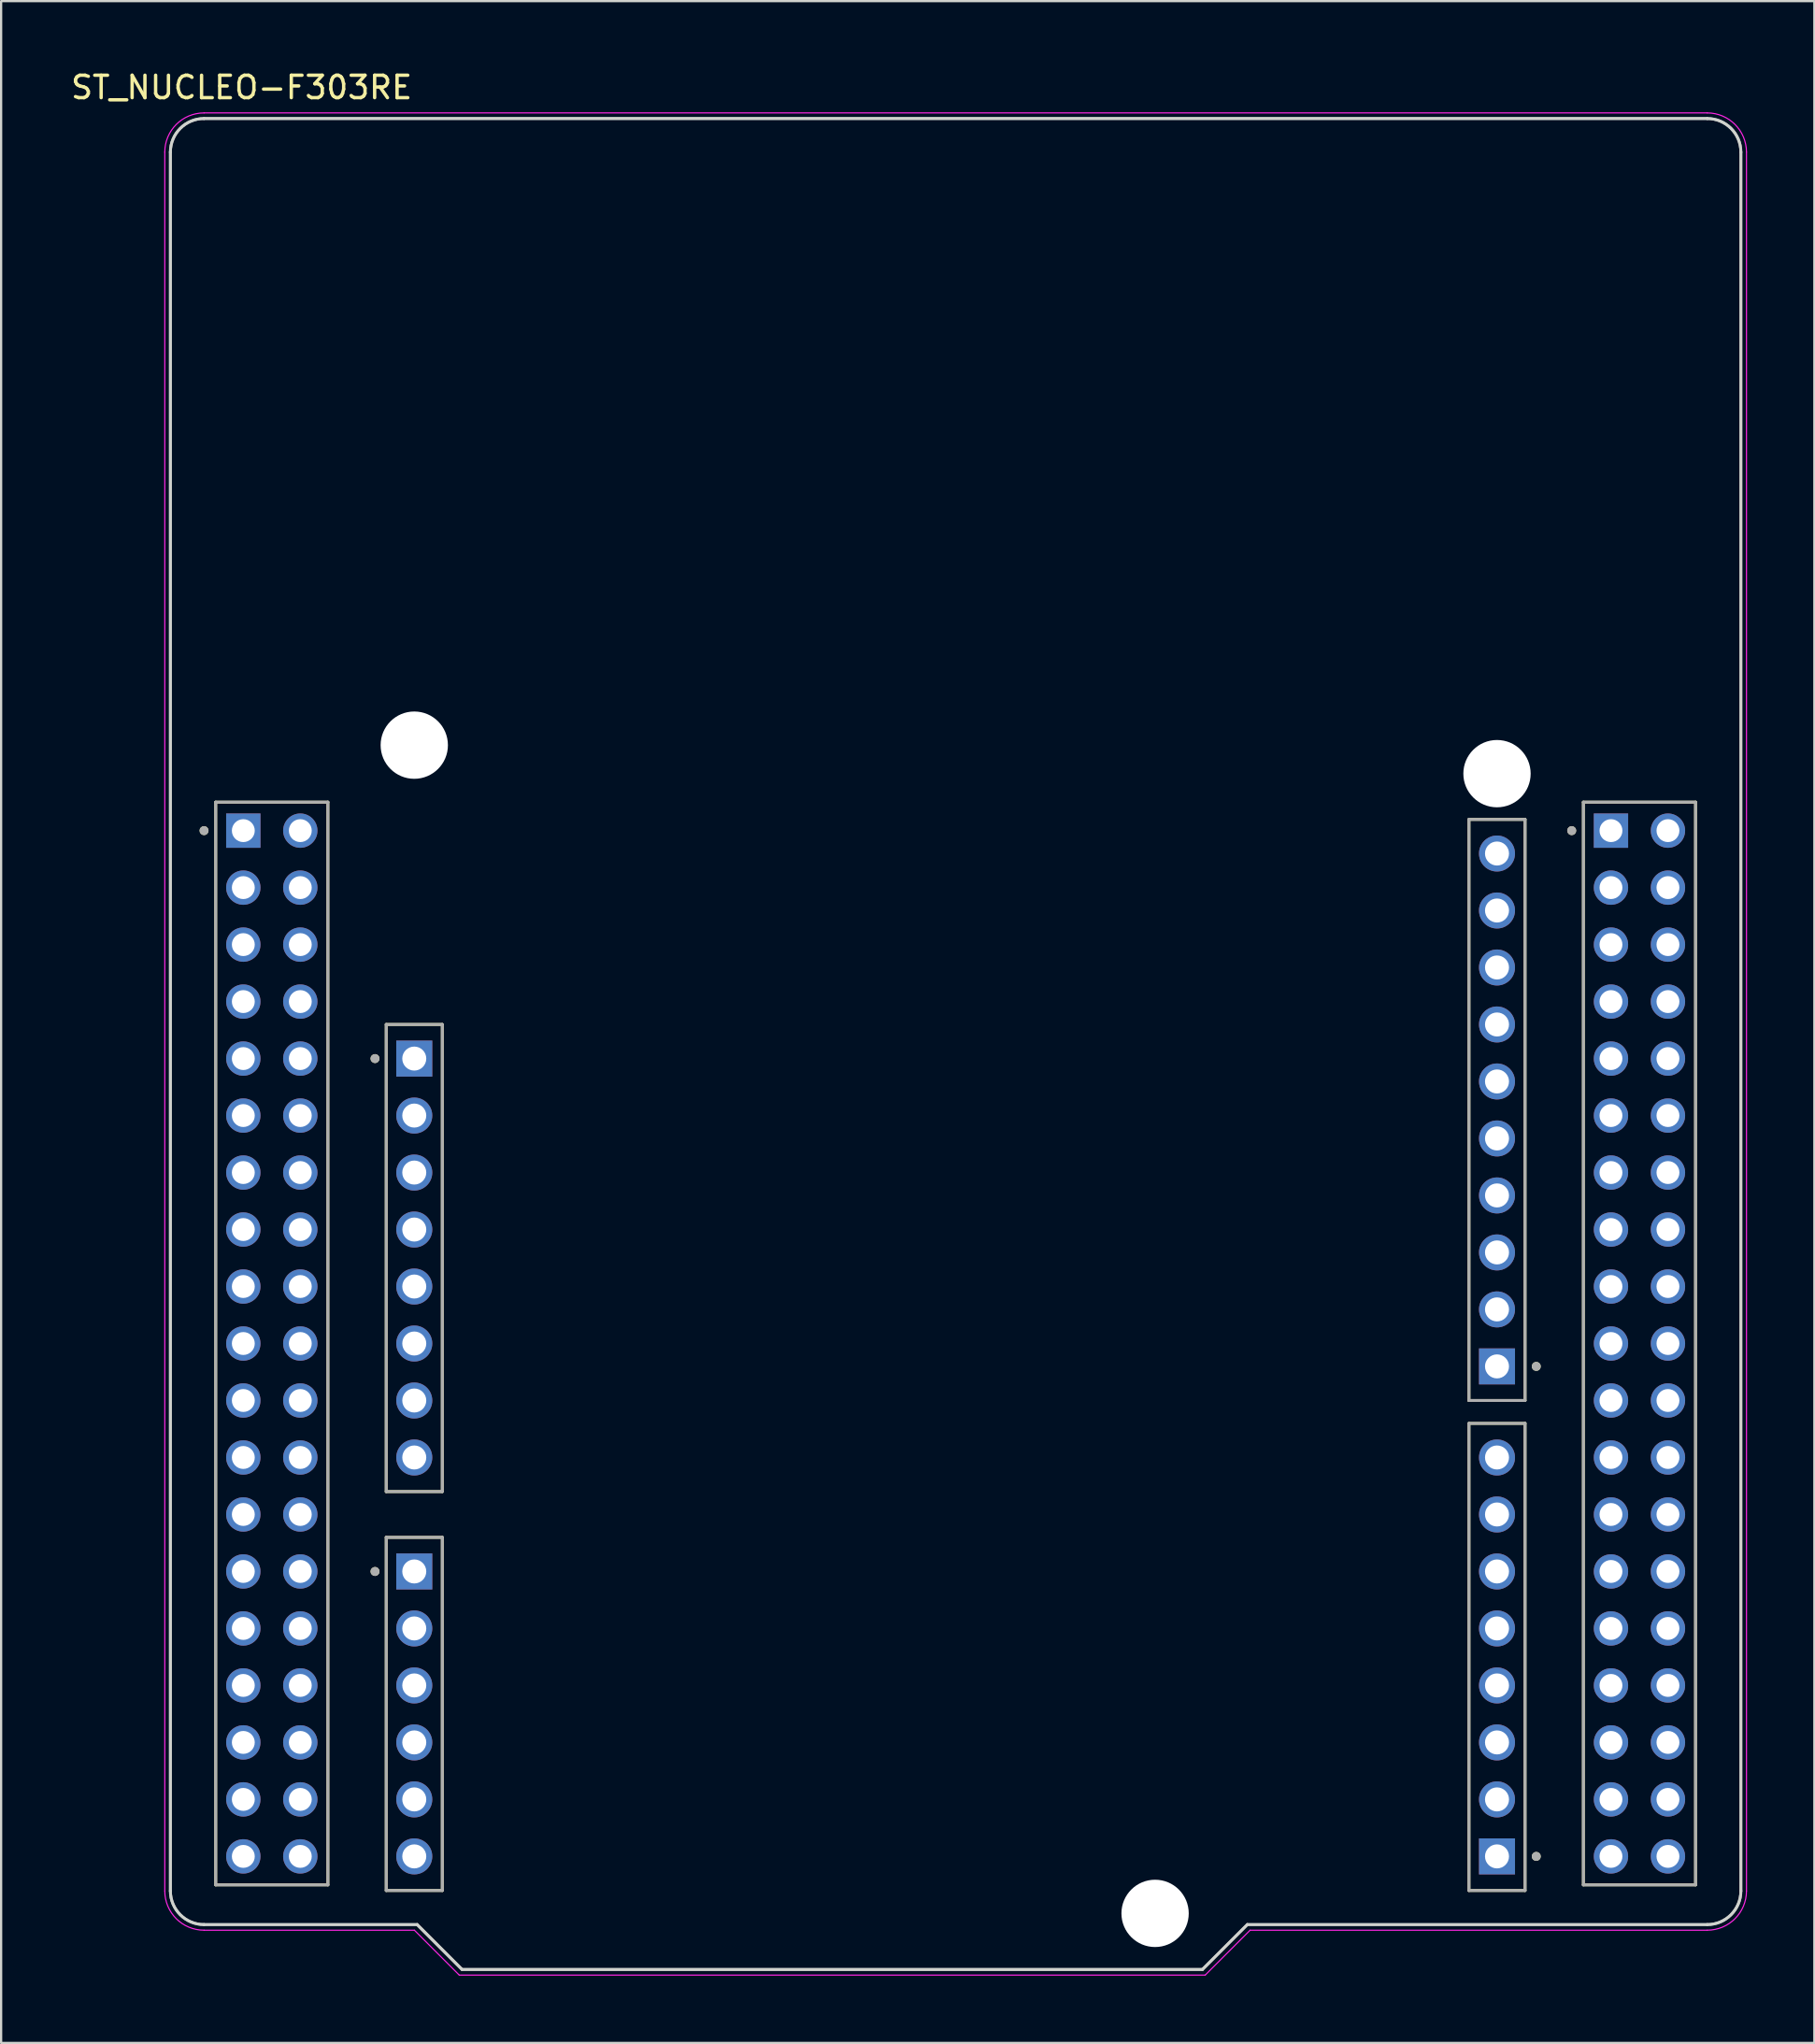
<source format=kicad_pcb>
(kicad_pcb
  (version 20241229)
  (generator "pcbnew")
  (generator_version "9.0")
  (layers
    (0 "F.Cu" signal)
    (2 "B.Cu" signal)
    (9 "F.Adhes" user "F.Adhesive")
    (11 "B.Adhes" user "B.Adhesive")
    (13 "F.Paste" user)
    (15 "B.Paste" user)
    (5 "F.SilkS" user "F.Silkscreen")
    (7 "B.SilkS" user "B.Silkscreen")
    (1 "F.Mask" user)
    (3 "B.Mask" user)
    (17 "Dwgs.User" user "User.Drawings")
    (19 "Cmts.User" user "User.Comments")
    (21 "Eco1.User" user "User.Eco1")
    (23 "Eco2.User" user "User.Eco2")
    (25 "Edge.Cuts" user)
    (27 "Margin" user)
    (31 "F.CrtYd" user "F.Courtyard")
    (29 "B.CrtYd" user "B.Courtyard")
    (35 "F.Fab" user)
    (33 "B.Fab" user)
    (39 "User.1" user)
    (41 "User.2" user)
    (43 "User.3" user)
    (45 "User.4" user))
  (footprint "ST_NUCLEO-F303RE"
    (layer "F.Cu")
    (at 39.545 43.483)
    (property "Reference" "ST_NUCLEO-F303RE" (at -31.825 -42.635 0) (layer "F.SilkS") (effects (font (size 1 1) (thickness 0.15))))
    (attr through_hole)
    (fp_line (start -32.98 -10.78) (end -32.98 37.48) (stroke (width 0.127) (type solid)) (layer "F.SilkS"))
    (fp_line (start -32.98 37.48) (end -27.98 37.48) (stroke (width 0.127) (type solid)) (layer "F.SilkS"))
    (fp_line (start -27.98 -10.78) (end -32.98 -10.78) (stroke (width 0.127) (type solid)) (layer "F.SilkS"))
    (fp_line (start -27.98 37.48) (end -27.98 -10.78) (stroke (width 0.127) (type solid)) (layer "F.SilkS"))
    (fp_line (start -25.38 -0.87) (end -25.38 19.95) (stroke (width 0.127) (type solid)) (layer "F.SilkS"))
    (fp_line (start -25.38 19.95) (end -22.88 19.95) (stroke (width 0.127) (type solid)) (layer "F.SilkS"))
    (fp_line (start -25.38 21.99) (end -25.38 37.73) (stroke (width 0.127) (type solid)) (layer "F.SilkS"))
    (fp_line (start -25.38 37.73) (end -22.88 37.73) (stroke (width 0.127) (type solid)) (layer "F.SilkS"))
    (fp_line (start -22.88 -0.87) (end -25.38 -0.87) (stroke (width 0.127) (type solid)) (layer "F.SilkS"))
    (fp_line (start -22.88 19.95) (end -22.88 -0.87) (stroke (width 0.127) (type solid)) (layer "F.SilkS"))
    (fp_line (start -22.88 21.99) (end -25.38 21.99) (stroke (width 0.127) (type solid)) (layer "F.SilkS"))
    (fp_line (start -22.88 37.73) (end -22.88 21.99) (stroke (width 0.127) (type solid)) (layer "F.SilkS"))
    (fp_line (start 22.88 -10.01) (end 22.88 15.89) (stroke (width 0.127) (type solid)) (layer "F.SilkS"))
    (fp_line (start 22.88 15.89) (end 25.38 15.89) (stroke (width 0.127) (type solid)) (layer "F.SilkS"))
    (fp_line (start 22.88 16.91) (end 22.88 37.73) (stroke (width 0.127) (type solid)) (layer "F.SilkS"))
    (fp_line (start 22.88 37.73) (end 25.38 37.73) (stroke (width 0.127) (type solid)) (layer "F.SilkS"))
    (fp_line (start 25.38 -10.01) (end 22.88 -10.01) (stroke (width 0.127) (type solid)) (layer "F.SilkS"))
    (fp_line (start 25.38 15.89) (end 25.38 -10.01) (stroke (width 0.127) (type solid)) (layer "F.SilkS"))
    (fp_line (start 25.38 16.91) (end 22.88 16.91) (stroke (width 0.127) (type solid)) (layer "F.SilkS"))
    (fp_line (start 25.38 37.73) (end 25.38 16.91) (stroke (width 0.127) (type solid)) (layer "F.SilkS"))
    (fp_line (start 27.98 -10.78) (end 27.98 37.48) (stroke (width 0.127) (type solid)) (layer "F.SilkS"))
    (fp_line (start 27.98 37.48) (end 32.98 37.48) (stroke (width 0.127) (type solid)) (layer "F.SilkS"))
    (fp_line (start 32.98 -10.78) (end 27.98 -10.78) (stroke (width 0.127) (type solid)) (layer "F.SilkS"))
    (fp_line (start 32.98 37.48) (end 32.98 -10.78) (stroke (width 0.127) (type solid)) (layer "F.SilkS"))
    (fp_circle (center -33.5 -9.51) (end -33.4 -9.51) (stroke (width 0.2) (type solid)) (fill no) (layer "F.SilkS"))
    (fp_circle (center -25.88 0.65) (end -25.78 0.65) (stroke (width 0.2) (type solid)) (fill no) (layer "F.SilkS"))
    (fp_circle (center -25.88 23.51) (end -25.78 23.51) (stroke (width 0.2) (type solid)) (fill no) (layer "F.SilkS"))
    (fp_circle (center 25.88 14.37) (end 25.98 14.37) (stroke (width 0.2) (type solid)) (fill no) (layer "F.SilkS"))
    (fp_circle (center 25.88 36.21) (end 25.98 36.21) (stroke (width 0.2) (type solid)) (fill no) (layer "F.SilkS"))
    (fp_circle (center 27.46 -9.51) (end 27.56 -9.51) (stroke (width 0.2) (type solid)) (fill no) (layer "F.SilkS"))
    (fp_line (start -35 37.75) (end -35 -39.75) (stroke (width 0.127) (type solid)) (layer "Edge.Cuts"))
    (fp_line (start -33.5 -41.25) (end 33.5 -41.25) (stroke (width 0.127) (type solid)) (layer "Edge.Cuts"))
    (fp_line (start -24 39.25) (end -33.5 39.25) (stroke (width 0.127) (type solid)) (layer "Edge.Cuts"))
    (fp_line (start -22 41.25) (end -24 39.25) (stroke (width 0.127) (type solid)) (layer "Edge.Cuts"))
    (fp_line (start 11 41.25) (end -22 41.25) (stroke (width 0.127) (type solid)) (layer "Edge.Cuts"))
    (fp_line (start 13 39.25) (end 11 41.25) (stroke (width 0.127) (type solid)) (layer "Edge.Cuts"))
    (fp_line (start 33.5 39.25) (end 13 39.25) (stroke (width 0.127) (type solid)) (layer "Edge.Cuts"))
    (fp_line (start 35 -39.75) (end 35 37.75) (stroke (width 0.127) (type solid)) (layer "Edge.Cuts"))
    (fp_arc (start -35 -39.75) (mid -34.56066 -40.810659) (end -33.5 -41.25) (stroke (width 0.127) (type solid)) (layer "Edge.Cuts"))
    (fp_arc (start -33.5 39.25) (mid -34.560659 38.81066) (end -35 37.75) (stroke (width 0.127) (type solid)) (layer "Edge.Cuts"))
    (fp_arc (start 33.5 -41.25) (mid 34.560659 -40.81066) (end 35 -39.75) (stroke (width 0.127) (type solid)) (layer "Edge.Cuts"))
    (fp_arc (start 35 37.75) (mid 34.56066 38.810659) (end 33.5 39.25) (stroke (width 0.127) (type solid)) (layer "Edge.Cuts"))
    (fp_line (start -35.25 37.75) (end -35.25 -39.75) (stroke (width 0.05) (type solid)) (layer "F.CrtYd"))
    (fp_line (start -33.5 -41.5) (end 33.5 -41.5) (stroke (width 0.05) (type solid)) (layer "F.CrtYd"))
    (fp_line (start -24.125 39.5) (end -33.5 39.5) (stroke (width 0.05) (type solid)) (layer "F.CrtYd"))
    (fp_line (start -22.125 41.5) (end -24.125 39.5) (stroke (width 0.05) (type solid)) (layer "F.CrtYd"))
    (fp_line (start 11.125 41.5) (end -22.125 41.5) (stroke (width 0.05) (type solid)) (layer "F.CrtYd"))
    (fp_line (start 13.125 39.5) (end 11.125 41.5) (stroke (width 0.05) (type solid)) (layer "F.CrtYd"))
    (fp_line (start 33.5 39.5) (end 13.125 39.5) (stroke (width 0.05) (type solid)) (layer "F.CrtYd"))
    (fp_line (start 35.25 -39.75) (end 35.25 37.75) (stroke (width 0.05) (type solid)) (layer "F.CrtYd"))
    (fp_arc (start -35.25 -39.75) (mid -34.737437 -40.987437) (end -33.5 -41.5) (stroke (width 0.05) (type solid)) (layer "F.CrtYd"))
    (fp_arc (start -33.5 39.5) (mid -34.737437 38.987437) (end -35.25 37.75) (stroke (width 0.05) (type solid)) (layer "F.CrtYd"))
    (fp_arc (start 33.5 -41.5) (mid 34.737437 -40.987437) (end 35.25 -39.75) (stroke (width 0.05) (type solid)) (layer "F.CrtYd"))
    (fp_arc (start 35.25 37.75) (mid 34.737437 38.987437) (end 33.5 39.5) (stroke (width 0.05) (type solid)) (layer "F.CrtYd"))
    (fp_line (start -35 37.75) (end -35 -39.75) (stroke (width 0.127) (type solid)) (layer "F.Fab"))
    (fp_line (start -33.5 -41.25) (end 33.5 -41.25) (stroke (width 0.127) (type solid)) (layer "F.Fab"))
    (fp_line (start -32.98 -10.78) (end -32.98 37.48) (stroke (width 0.127) (type solid)) (layer "F.Fab"))
    (fp_line (start -32.98 37.48) (end -27.98 37.48) (stroke (width 0.127) (type solid)) (layer "F.Fab"))
    (fp_line (start -27.98 -10.78) (end -32.98 -10.78) (stroke (width 0.127) (type solid)) (layer "F.Fab"))
    (fp_line (start -27.98 37.48) (end -27.98 -10.78) (stroke (width 0.127) (type solid)) (layer "F.Fab"))
    (fp_line (start -25.38 -0.87) (end -25.38 19.95) (stroke (width 0.127) (type solid)) (layer "F.Fab"))
    (fp_line (start -25.38 19.95) (end -22.88 19.95) (stroke (width 0.127) (type solid)) (layer "F.Fab"))
    (fp_line (start -25.38 21.99) (end -25.38 37.73) (stroke (width 0.127) (type solid)) (layer "F.Fab"))
    (fp_line (start -25.38 37.73) (end -22.88 37.73) (stroke (width 0.127) (type solid)) (layer "F.Fab"))
    (fp_line (start -24 39.25) (end -33.5 39.25) (stroke (width 0.127) (type solid)) (layer "F.Fab"))
    (fp_line (start -22.88 -0.87) (end -25.38 -0.87) (stroke (width 0.127) (type solid)) (layer "F.Fab"))
    (fp_line (start -22.88 19.95) (end -22.88 -0.87) (stroke (width 0.127) (type solid)) (layer "F.Fab"))
    (fp_line (start -22.88 21.99) (end -25.38 21.99) (stroke (width 0.127) (type solid)) (layer "F.Fab"))
    (fp_line (start -22.88 37.73) (end -22.88 21.99) (stroke (width 0.127) (type solid)) (layer "F.Fab"))
    (fp_line (start -22 41.25) (end -24 39.25) (stroke (width 0.127) (type solid)) (layer "F.Fab"))
    (fp_line (start 11 41.25) (end -22 41.25) (stroke (width 0.127) (type solid)) (layer "F.Fab"))
    (fp_line (start 13 39.25) (end 11 41.25) (stroke (width 0.127) (type solid)) (layer "F.Fab"))
    (fp_line (start 22.88 -10.01) (end 22.88 15.89) (stroke (width 0.127) (type solid)) (layer "F.Fab"))
    (fp_line (start 22.88 15.89) (end 25.38 15.89) (stroke (width 0.127) (type solid)) (layer "F.Fab"))
    (fp_line (start 22.88 16.91) (end 22.88 37.73) (stroke (width 0.127) (type solid)) (layer "F.Fab"))
    (fp_line (start 22.88 37.73) (end 25.38 37.73) (stroke (width 0.127) (type solid)) (layer "F.Fab"))
    (fp_line (start 25.38 -10.01) (end 22.88 -10.01) (stroke (width 0.127) (type solid)) (layer "F.Fab"))
    (fp_line (start 25.38 15.89) (end 25.38 -10.01) (stroke (width 0.127) (type solid)) (layer "F.Fab"))
    (fp_line (start 25.38 16.91) (end 22.88 16.91) (stroke (width 0.127) (type solid)) (layer "F.Fab"))
    (fp_line (start 25.38 37.73) (end 25.38 16.91) (stroke (width 0.127) (type solid)) (layer "F.Fab"))
    (fp_line (start 27.98 -10.78) (end 27.98 37.48) (stroke (width 0.127) (type solid)) (layer "F.Fab"))
    (fp_line (start 27.98 37.48) (end 32.98 37.48) (stroke (width 0.127) (type solid)) (layer "F.Fab"))
    (fp_line (start 32.98 -10.78) (end 27.98 -10.78) (stroke (width 0.127) (type solid)) (layer "F.Fab"))
    (fp_line (start 32.98 37.48) (end 32.98 -10.78) (stroke (width 0.127) (type solid)) (layer "F.Fab"))
    (fp_line (start 33.5 39.25) (end 13 39.25) (stroke (width 0.127) (type solid)) (layer "F.Fab"))
    (fp_line (start 35 -39.75) (end 35 37.75) (stroke (width 0.127) (type solid)) (layer "F.Fab"))
    (fp_arc (start -35 -39.75) (mid -34.56066 -40.81066) (end -33.5 -41.25) (stroke (width 0.127) (type solid)) (layer "F.Fab"))
    (fp_arc (start -33.5 39.25) (mid -34.56066 38.81066) (end -35 37.75) (stroke (width 0.127) (type solid)) (layer "F.Fab"))
    (fp_arc (start 33.5 -41.25) (mid 34.56066 -40.81066) (end 35 -39.75) (stroke (width 0.127) (type solid)) (layer "F.Fab"))
    (fp_arc (start 35 37.75) (mid 34.56066 38.81066) (end 33.5 39.25) (stroke (width 0.127) (type solid)) (layer "F.Fab"))
    (fp_circle (center -33.5 -9.51) (end -33.4 -9.51) (stroke (width 0.2) (type solid)) (fill no) (layer "F.Fab"))
    (fp_circle (center -25.88 0.65) (end -25.78 0.65) (stroke (width 0.2) (type solid)) (fill no) (layer "F.Fab"))
    (fp_circle (center -25.88 23.51) (end -25.78 23.51) (stroke (width 0.2) (type solid)) (fill no) (layer "F.Fab"))
    (fp_circle (center 25.88 14.37) (end 25.98 14.37) (stroke (width 0.2) (type solid)) (fill no) (layer "F.Fab"))
    (fp_circle (center 25.88 36.21) (end 25.98 36.21) (stroke (width 0.2) (type solid)) (fill no) (layer "F.Fab"))
    (fp_circle (center 27.46 -9.51) (end 27.56 -9.51) (stroke (width 0.2) (type solid)) (fill no) (layer "F.Fab"))
    (pad "" np_thru_hole circle (at -24.13 -13.32) (size 3 3) (drill 3) (layers "*.Cu" "*.Mask"))
    (pad "" np_thru_hole circle (at 8.89 38.75) (size 3 3) (drill 3) (layers "*.Cu" "*.Mask"))
    (pad "" np_thru_hole circle (at 24.13 -12.05) (size 3 3) (drill 3) (layers "*.Cu" "*.Mask"))
    (pad "CN5_1" thru_hole rect (at 24.13 14.37) (size 1.605 1.605) (drill 1.07) (layers "*.Cu" "*.Mask"))
    (pad "CN5_2" thru_hole circle (at 24.13 11.83) (size 1.605 1.605) (drill 1.07) (layers "*.Cu" "*.Mask"))
    (pad "CN5_3" thru_hole circle (at 24.13 9.29) (size 1.605 1.605) (drill 1.07) (layers "*.Cu" "*.Mask"))
    (pad "CN5_4" thru_hole circle (at 24.13 6.75) (size 1.605 1.605) (drill 1.07) (layers "*.Cu" "*.Mask"))
    (pad "CN5_5" thru_hole circle (at 24.13 4.21) (size 1.605 1.605) (drill 1.07) (layers "*.Cu" "*.Mask"))
    (pad "CN5_6" thru_hole circle (at 24.13 1.67) (size 1.605 1.605) (drill 1.07) (layers "*.Cu" "*.Mask"))
    (pad "CN5_7" thru_hole circle (at 24.13 -0.87) (size 1.605 1.605) (drill 1.07) (layers "*.Cu" "*.Mask"))
    (pad "CN5_8" thru_hole circle (at 24.13 -3.41) (size 1.605 1.605) (drill 1.07) (layers "*.Cu" "*.Mask"))
    (pad "CN5_9" thru_hole circle (at 24.13 -5.95) (size 1.605 1.605) (drill 1.07) (layers "*.Cu" "*.Mask"))
    (pad "CN5_10" thru_hole circle (at 24.13 -8.49) (size 1.605 1.605) (drill 1.07) (layers "*.Cu" "*.Mask"))
    (pad "CN6_1" thru_hole rect (at -24.13 0.65) (size 1.605 1.605) (drill 1.07) (layers "*.Cu" "*.Mask"))
    (pad "CN6_2" thru_hole circle (at -24.13 3.19) (size 1.605 1.605) (drill 1.07) (layers "*.Cu" "*.Mask"))
    (pad "CN6_3" thru_hole circle (at -24.13 5.73) (size 1.605 1.605) (drill 1.07) (layers "*.Cu" "*.Mask"))
    (pad "CN6_4" thru_hole circle (at -24.13 8.27) (size 1.605 1.605) (drill 1.07) (layers "*.Cu" "*.Mask"))
    (pad "CN6_5" thru_hole circle (at -24.13 10.81) (size 1.605 1.605) (drill 1.07) (layers "*.Cu" "*.Mask"))
    (pad "CN6_6" thru_hole circle (at -24.13 13.35) (size 1.605 1.605) (drill 1.07) (layers "*.Cu" "*.Mask"))
    (pad "CN6_7" thru_hole circle (at -24.13 15.89) (size 1.605 1.605) (drill 1.07) (layers "*.Cu" "*.Mask"))
    (pad "CN6_8" thru_hole circle (at -24.13 18.43) (size 1.605 1.605) (drill 1.07) (layers "*.Cu" "*.Mask"))
    (pad "CN7_1" thru_hole rect (at -31.75 -9.51) (size 1.53 1.53) (drill 1.02) (layers "*.Cu" "*.Mask"))
    (pad "CN7_2" thru_hole circle (at -29.21 -9.51) (size 1.53 1.53) (drill 1.02) (layers "*.Cu" "*.Mask"))
    (pad "CN7_3" thru_hole circle (at -31.75 -6.97) (size 1.53 1.53) (drill 1.02) (layers "*.Cu" "*.Mask"))
    (pad "CN7_4" thru_hole circle (at -29.21 -6.97) (size 1.53 1.53) (drill 1.02) (layers "*.Cu" "*.Mask"))
    (pad "CN7_5" thru_hole circle (at -31.75 -4.43) (size 1.53 1.53) (drill 1.02) (layers "*.Cu" "*.Mask"))
    (pad "CN7_6" thru_hole circle (at -29.21 -4.43) (size 1.53 1.53) (drill 1.02) (layers "*.Cu" "*.Mask"))
    (pad "CN7_7" thru_hole circle (at -31.75 -1.89) (size 1.53 1.53) (drill 1.02) (layers "*.Cu" "*.Mask"))
    (pad "CN7_8" thru_hole circle (at -29.21 -1.89) (size 1.53 1.53) (drill 1.02) (layers "*.Cu" "*.Mask"))
    (pad "CN7_9" thru_hole circle (at -31.75 0.65) (size 1.53 1.53) (drill 1.02) (layers "*.Cu" "*.Mask"))
    (pad "CN7_10" thru_hole circle (at -29.21 0.65) (size 1.53 1.53) (drill 1.02) (layers "*.Cu" "*.Mask"))
    (pad "CN7_11" thru_hole circle (at -31.75 3.19) (size 1.53 1.53) (drill 1.02) (layers "*.Cu" "*.Mask"))
    (pad "CN7_12" thru_hole circle (at -29.21 3.19) (size 1.53 1.53) (drill 1.02) (layers "*.Cu" "*.Mask"))
    (pad "CN7_13" thru_hole circle (at -31.75 5.73) (size 1.53 1.53) (drill 1.02) (layers "*.Cu" "*.Mask"))
    (pad "CN7_14" thru_hole circle (at -29.21 5.73) (size 1.53 1.53) (drill 1.02) (layers "*.Cu" "*.Mask"))
    (pad "CN7_15" thru_hole circle (at -31.75 8.27) (size 1.53 1.53) (drill 1.02) (layers "*.Cu" "*.Mask"))
    (pad "CN7_16" thru_hole circle (at -29.21 8.27) (size 1.53 1.53) (drill 1.02) (layers "*.Cu" "*.Mask"))
    (pad "CN7_17" thru_hole circle (at -31.75 10.81) (size 1.53 1.53) (drill 1.02) (layers "*.Cu" "*.Mask"))
    (pad "CN7_18" thru_hole circle (at -29.21 10.81) (size 1.53 1.53) (drill 1.02) (layers "*.Cu" "*.Mask"))
    (pad "CN7_19" thru_hole circle (at -31.75 13.35) (size 1.53 1.53) (drill 1.02) (layers "*.Cu" "*.Mask"))
    (pad "CN7_20" thru_hole circle (at -29.21 13.35) (size 1.53 1.53) (drill 1.02) (layers "*.Cu" "*.Mask"))
    (pad "CN7_21" thru_hole circle (at -31.75 15.89) (size 1.53 1.53) (drill 1.02) (layers "*.Cu" "*.Mask"))
    (pad "CN7_22" thru_hole circle (at -29.21 15.89) (size 1.53 1.53) (drill 1.02) (layers "*.Cu" "*.Mask"))
    (pad "CN7_23" thru_hole circle (at -31.75 18.43) (size 1.53 1.53) (drill 1.02) (layers "*.Cu" "*.Mask"))
    (pad "CN7_24" thru_hole circle (at -29.21 18.43) (size 1.53 1.53) (drill 1.02) (layers "*.Cu" "*.Mask"))
    (pad "CN7_25" thru_hole circle (at -31.75 20.97) (size 1.53 1.53) (drill 1.02) (layers "*.Cu" "*.Mask"))
    (pad "CN7_26" thru_hole circle (at -29.21 20.97) (size 1.53 1.53) (drill 1.02) (layers "*.Cu" "*.Mask"))
    (pad "CN7_27" thru_hole circle (at -31.75 23.51) (size 1.53 1.53) (drill 1.02) (layers "*.Cu" "*.Mask"))
    (pad "CN7_28" thru_hole circle (at -29.21 23.51) (size 1.53 1.53) (drill 1.02) (layers "*.Cu" "*.Mask"))
    (pad "CN7_29" thru_hole circle (at -31.75 26.05) (size 1.53 1.53) (drill 1.02) (layers "*.Cu" "*.Mask"))
    (pad "CN7_30" thru_hole circle (at -29.21 26.05) (size 1.53 1.53) (drill 1.02) (layers "*.Cu" "*.Mask"))
    (pad "CN7_31" thru_hole circle (at -31.75 28.59) (size 1.53 1.53) (drill 1.02) (layers "*.Cu" "*.Mask"))
    (pad "CN7_32" thru_hole circle (at -29.21 28.59) (size 1.53 1.53) (drill 1.02) (layers "*.Cu" "*.Mask"))
    (pad "CN7_33" thru_hole circle (at -31.75 31.13) (size 1.53 1.53) (drill 1.02) (layers "*.Cu" "*.Mask"))
    (pad "CN7_34" thru_hole circle (at -29.21 31.13) (size 1.53 1.53) (drill 1.02) (layers "*.Cu" "*.Mask"))
    (pad "CN7_35" thru_hole circle (at -31.75 33.67) (size 1.53 1.53) (drill 1.02) (layers "*.Cu" "*.Mask"))
    (pad "CN7_36" thru_hole circle (at -29.21 33.67) (size 1.53 1.53) (drill 1.02) (layers "*.Cu" "*.Mask"))
    (pad "CN7_37" thru_hole circle (at -31.75 36.21) (size 1.53 1.53) (drill 1.02) (layers "*.Cu" "*.Mask"))
    (pad "CN7_38" thru_hole circle (at -29.21 36.21) (size 1.53 1.53) (drill 1.02) (layers "*.Cu" "*.Mask"))
    (pad "CN8_1" thru_hole rect (at -24.13 23.51) (size 1.605 1.605) (drill 1.07) (layers "*.Cu" "*.Mask"))
    (pad "CN8_2" thru_hole circle (at -24.13 26.05) (size 1.605 1.605) (drill 1.07) (layers "*.Cu" "*.Mask"))
    (pad "CN8_3" thru_hole circle (at -24.13 28.59) (size 1.605 1.605) (drill 1.07) (layers "*.Cu" "*.Mask"))
    (pad "CN8_4" thru_hole circle (at -24.13 31.13) (size 1.605 1.605) (drill 1.07) (layers "*.Cu" "*.Mask"))
    (pad "CN8_5" thru_hole circle (at -24.13 33.67) (size 1.605 1.605) (drill 1.07) (layers "*.Cu" "*.Mask"))
    (pad "CN8_6" thru_hole circle (at -24.13 36.21) (size 1.605 1.605) (drill 1.07) (layers "*.Cu" "*.Mask"))
    (pad "CN9_1" thru_hole rect (at 24.13 36.21) (size 1.605 1.605) (drill 1.07) (layers "*.Cu" "*.Mask"))
    (pad "CN9_2" thru_hole circle (at 24.13 33.67) (size 1.605 1.605) (drill 1.07) (layers "*.Cu" "*.Mask"))
    (pad "CN9_3" thru_hole circle (at 24.13 31.13) (size 1.605 1.605) (drill 1.07) (layers "*.Cu" "*.Mask"))
    (pad "CN9_4" thru_hole circle (at 24.13 28.59) (size 1.605 1.605) (drill 1.07) (layers "*.Cu" "*.Mask"))
    (pad "CN9_5" thru_hole circle (at 24.13 26.05) (size 1.605 1.605) (drill 1.07) (layers "*.Cu" "*.Mask"))
    (pad "CN9_6" thru_hole circle (at 24.13 23.51) (size 1.605 1.605) (drill 1.07) (layers "*.Cu" "*.Mask"))
    (pad "CN9_7" thru_hole circle (at 24.13 20.97) (size 1.605 1.605) (drill 1.07) (layers "*.Cu" "*.Mask"))
    (pad "CN9_8" thru_hole circle (at 24.13 18.43) (size 1.605 1.605) (drill 1.07) (layers "*.Cu" "*.Mask"))
    (pad "CN10_1" thru_hole rect (at 29.21 -9.51) (size 1.53 1.53) (drill 1.02) (layers "*.Cu" "*.Mask"))
    (pad "CN10_2" thru_hole circle (at 31.75 -9.51) (size 1.53 1.53) (drill 1.02) (layers "*.Cu" "*.Mask"))
    (pad "CN10_3" thru_hole circle (at 29.21 -6.97) (size 1.53 1.53) (drill 1.02) (layers "*.Cu" "*.Mask"))
    (pad "CN10_4" thru_hole circle (at 31.75 -6.97) (size 1.53 1.53) (drill 1.02) (layers "*.Cu" "*.Mask"))
    (pad "CN10_5" thru_hole circle (at 29.21 -4.43) (size 1.53 1.53) (drill 1.02) (layers "*.Cu" "*.Mask"))
    (pad "CN10_6" thru_hole circle (at 31.75 -4.43) (size 1.53 1.53) (drill 1.02) (layers "*.Cu" "*.Mask"))
    (pad "CN10_7" thru_hole circle (at 29.21 -1.89) (size 1.53 1.53) (drill 1.02) (layers "*.Cu" "*.Mask"))
    (pad "CN10_8" thru_hole circle (at 31.75 -1.89) (size 1.53 1.53) (drill 1.02) (layers "*.Cu" "*.Mask"))
    (pad "CN10_9" thru_hole circle (at 29.21 0.65) (size 1.53 1.53) (drill 1.02) (layers "*.Cu" "*.Mask"))
    (pad "CN10_10" thru_hole circle (at 31.75 0.65) (size 1.53 1.53) (drill 1.02) (layers "*.Cu" "*.Mask"))
    (pad "CN10_11" thru_hole circle (at 29.21 3.19) (size 1.53 1.53) (drill 1.02) (layers "*.Cu" "*.Mask"))
    (pad "CN10_12" thru_hole circle (at 31.75 3.19) (size 1.53 1.53) (drill 1.02) (layers "*.Cu" "*.Mask"))
    (pad "CN10_13" thru_hole circle (at 29.21 5.73) (size 1.53 1.53) (drill 1.02) (layers "*.Cu" "*.Mask"))
    (pad "CN10_14" thru_hole circle (at 31.75 5.73) (size 1.53 1.53) (drill 1.02) (layers "*.Cu" "*.Mask"))
    (pad "CN10_15" thru_hole circle (at 29.21 8.27) (size 1.53 1.53) (drill 1.02) (layers "*.Cu" "*.Mask"))
    (pad "CN10_16" thru_hole circle (at 31.75 8.27) (size 1.53 1.53) (drill 1.02) (layers "*.Cu" "*.Mask"))
    (pad "CN10_17" thru_hole circle (at 29.21 10.81) (size 1.53 1.53) (drill 1.02) (layers "*.Cu" "*.Mask"))
    (pad "CN10_18" thru_hole circle (at 31.75 10.81) (size 1.53 1.53) (drill 1.02) (layers "*.Cu" "*.Mask"))
    (pad "CN10_19" thru_hole circle (at 29.21 13.35) (size 1.53 1.53) (drill 1.02) (layers "*.Cu" "*.Mask"))
    (pad "CN10_20" thru_hole circle (at 31.75 13.35) (size 1.53 1.53) (drill 1.02) (layers "*.Cu" "*.Mask"))
    (pad "CN10_21" thru_hole circle (at 29.21 15.89) (size 1.53 1.53) (drill 1.02) (layers "*.Cu" "*.Mask"))
    (pad "CN10_22" thru_hole circle (at 31.75 15.89) (size 1.53 1.53) (drill 1.02) (layers "*.Cu" "*.Mask"))
    (pad "CN10_23" thru_hole circle (at 29.21 18.43) (size 1.53 1.53) (drill 1.02) (layers "*.Cu" "*.Mask"))
    (pad "CN10_24" thru_hole circle (at 31.75 18.43) (size 1.53 1.53) (drill 1.02) (layers "*.Cu" "*.Mask"))
    (pad "CN10_25" thru_hole circle (at 29.21 20.97) (size 1.53 1.53) (drill 1.02) (layers "*.Cu" "*.Mask"))
    (pad "CN10_26" thru_hole circle (at 31.75 20.97) (size 1.53 1.53) (drill 1.02) (layers "*.Cu" "*.Mask"))
    (pad "CN10_27" thru_hole circle (at 29.21 23.51) (size 1.53 1.53) (drill 1.02) (layers "*.Cu" "*.Mask"))
    (pad "CN10_28" thru_hole circle (at 31.75 23.51) (size 1.53 1.53) (drill 1.02) (layers "*.Cu" "*.Mask"))
    (pad "CN10_29" thru_hole circle (at 29.21 26.05) (size 1.53 1.53) (drill 1.02) (layers "*.Cu" "*.Mask"))
    (pad "CN10_30" thru_hole circle (at 31.75 26.05) (size 1.53 1.53) (drill 1.02) (layers "*.Cu" "*.Mask"))
    (pad "CN10_31" thru_hole circle (at 29.21 28.59) (size 1.53 1.53) (drill 1.02) (layers "*.Cu" "*.Mask"))
    (pad "CN10_32" thru_hole circle (at 31.75 28.59) (size 1.53 1.53) (drill 1.02) (layers "*.Cu" "*.Mask"))
    (pad "CN10_33" thru_hole circle (at 29.21 31.13) (size 1.53 1.53) (drill 1.02) (layers "*.Cu" "*.Mask"))
    (pad "CN10_34" thru_hole circle (at 31.75 31.13) (size 1.53 1.53) (drill 1.02) (layers "*.Cu" "*.Mask"))
    (pad "CN10_35" thru_hole circle (at 29.21 33.67) (size 1.53 1.53) (drill 1.02) (layers "*.Cu" "*.Mask"))
    (pad "CN10_36" thru_hole circle (at 31.75 33.67) (size 1.53 1.53) (drill 1.02) (layers "*.Cu" "*.Mask"))
    (pad "CN10_37" thru_hole circle (at 29.21 36.21) (size 1.53 1.53) (drill 1.02) (layers "*.Cu" "*.Mask"))
    (pad "CN10_38" thru_hole circle (at 31.75 36.21) (size 1.53 1.53) (drill 1.02) (layers "*.Cu" "*.Mask")))
  (gr_rect
    (start -3 -3)
    (end 77.82 88.008)
    (stroke (width 0.1) (type default))
    (fill no)
    (layer "Edge.Cuts")))
</source>
